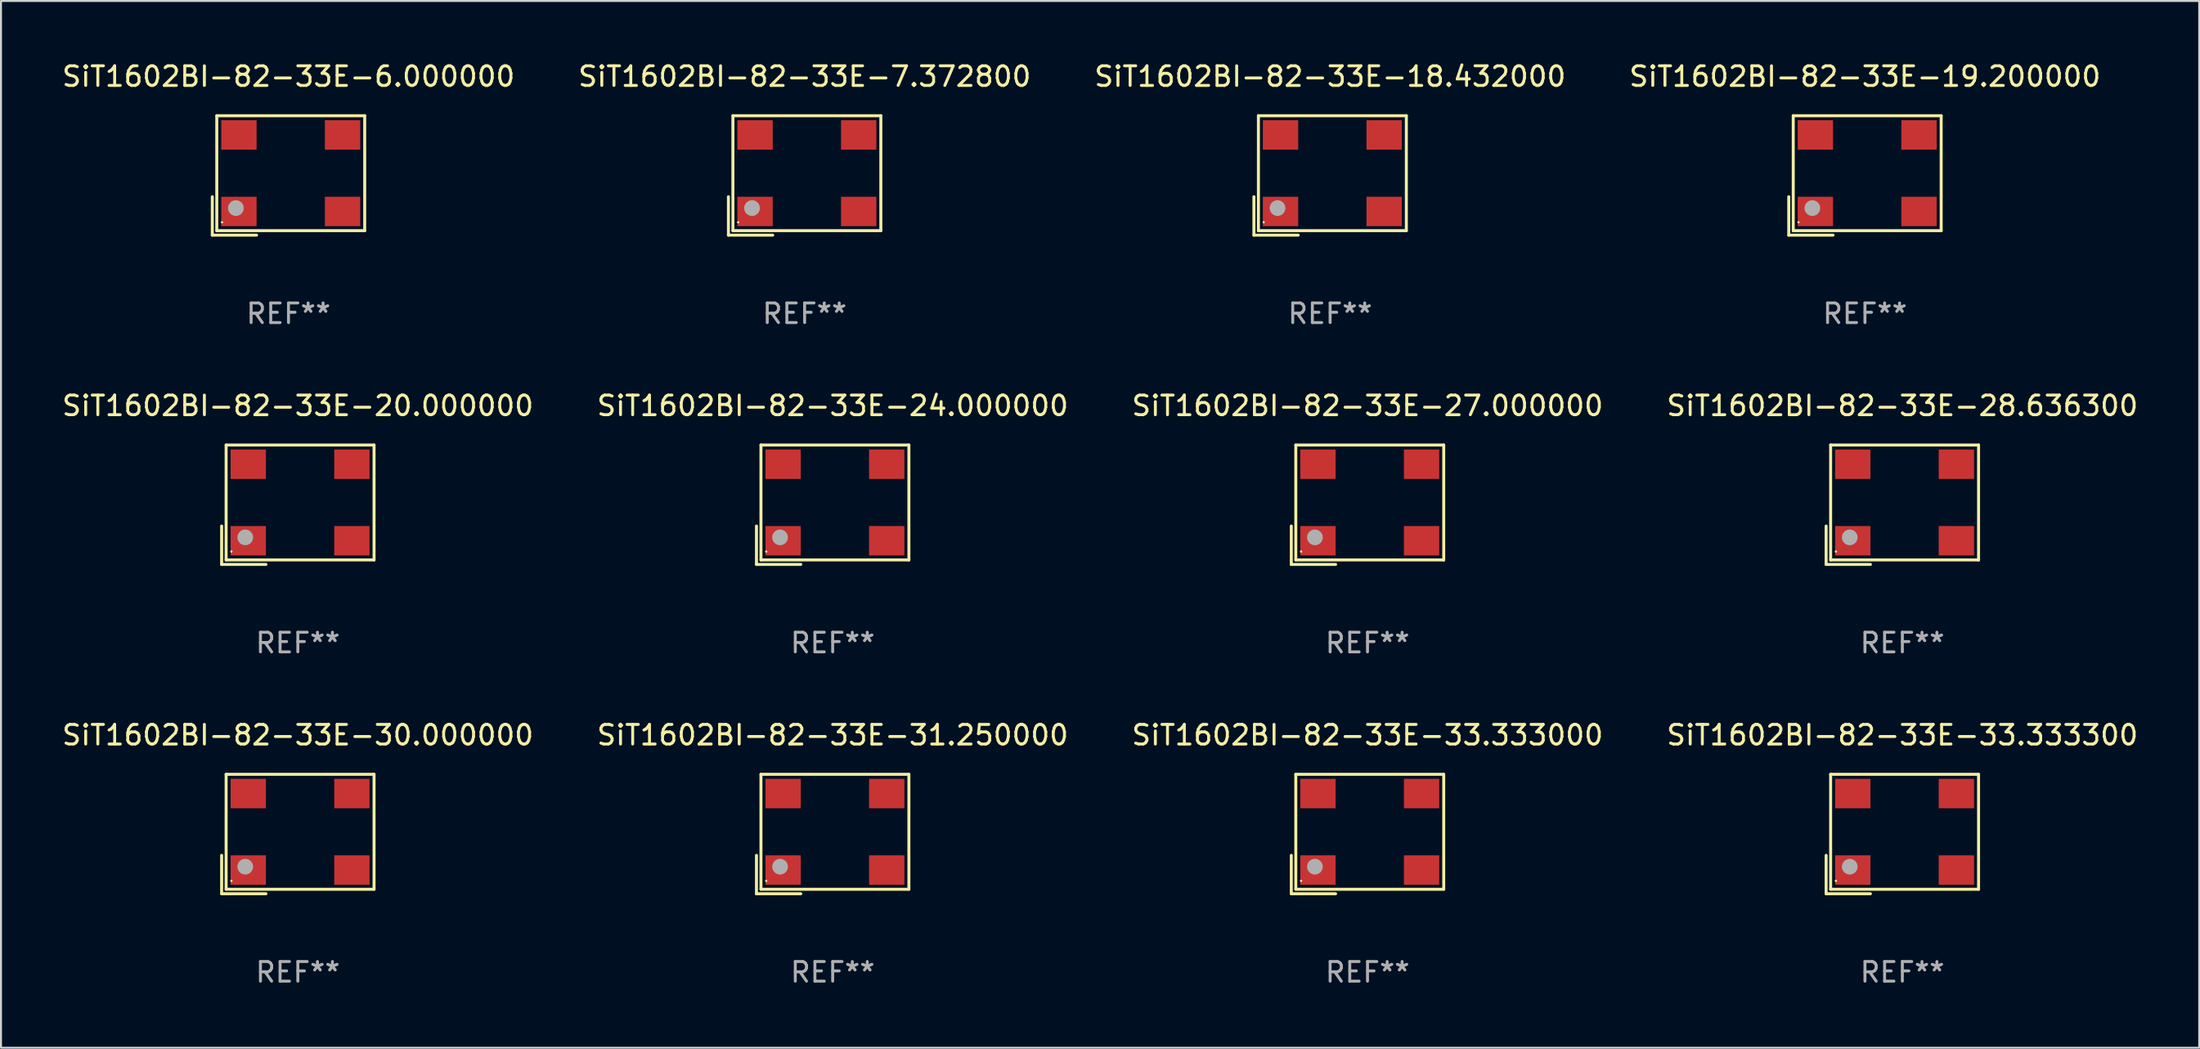
<source format=kicad_pcb>
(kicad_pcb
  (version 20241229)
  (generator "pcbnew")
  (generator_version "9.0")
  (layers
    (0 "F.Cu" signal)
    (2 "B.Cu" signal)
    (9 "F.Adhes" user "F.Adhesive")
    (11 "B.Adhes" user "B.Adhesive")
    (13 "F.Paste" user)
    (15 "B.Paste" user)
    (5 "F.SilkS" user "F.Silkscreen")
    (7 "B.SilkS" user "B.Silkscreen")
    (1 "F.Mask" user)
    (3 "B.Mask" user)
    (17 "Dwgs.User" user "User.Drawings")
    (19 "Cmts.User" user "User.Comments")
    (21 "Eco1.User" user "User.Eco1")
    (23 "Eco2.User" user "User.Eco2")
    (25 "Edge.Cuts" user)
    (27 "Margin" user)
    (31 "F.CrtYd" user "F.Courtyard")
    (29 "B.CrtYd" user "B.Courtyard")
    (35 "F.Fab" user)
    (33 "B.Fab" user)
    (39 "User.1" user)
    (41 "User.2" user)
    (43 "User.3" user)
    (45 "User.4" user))
  (footprint "SiT1602BI-82-33E-18.432000"
    (layer "F.Cu")
    (at 64.72 5.891)
    (property "Reference" "SiT1602BI-82-33E-18.432000" (at 0 -5.043 0) (layer "F.SilkS") (effects (font (size 1 1) (thickness 0.15))))
    (attr through_hole)
    (fp_line (start -3.883 1.086) (end -3.883 3.043) (stroke (width 0.152) (type solid)) (layer "F.SilkS"))
    (fp_line (start -3.883 3.043) (end -1.626 3.043) (stroke (width 0.152) (type solid)) (layer "F.SilkS"))
    (fp_line (start -3.654 -3.043) (end 3.883 -3.043) (stroke (width 0.152) (type solid)) (layer "F.SilkS"))
    (fp_line (start -3.654 2.814) (end -3.654 -3.043) (stroke (width 0.152) (type solid)) (layer "F.SilkS"))
    (fp_line (start 3.883 -3.043) (end 3.883 2.814) (stroke (width 0.152) (type solid)) (layer "F.SilkS"))
    (fp_line (start 3.883 2.814) (end -3.654 2.814) (stroke (width 0.152) (type solid)) (layer "F.SilkS"))
    (fp_circle (center -3.386 2.386) (end -3.356 2.386) (stroke (width 0.06) (type solid)) (fill no) (layer "F.SilkS"))
    (fp_circle (center -2.68 1.664) (end -2.48 1.664) (stroke (width 0.4) (type solid)) (fill no) (layer "F.Fab"))
    (fp_text user "REF**" (at 0 7.043 0) (layer "F.Fab") (effects (font (size 1 1) (thickness 0.15))))
    (pad "1" smd rect (at -2.526 1.836) (size 1.8 1.5) (layers "F.Cu" "F.Mask" "F.Paste"))
    (pad "2" smd rect (at 2.754 1.836) (size 1.8 1.5) (layers "F.Cu" "F.Mask" "F.Paste"))
    (pad "3" smd rect (at 2.754 -2.064) (size 1.8 1.5) (layers "F.Cu" "F.Mask" "F.Paste"))
    (pad "4" smd rect (at -2.526 -2.064) (size 1.8 1.5) (layers "F.Cu" "F.Mask" "F.Paste")))
  (footprint "SiT1602BI-82-33E-30.000000"
    (layer "F.Cu")
    (at 12.125 39.456)
    (property "Reference" "SiT1602BI-82-33E-30.000000" (at 0 -5.043 0) (layer "F.SilkS") (effects (font (size 1 1) (thickness 0.15))))
    (attr through_hole)
    (fp_line (start -3.883 1.086) (end -3.883 3.043) (stroke (width 0.152) (type solid)) (layer "F.SilkS"))
    (fp_line (start -3.883 3.043) (end -1.626 3.043) (stroke (width 0.152) (type solid)) (layer "F.SilkS"))
    (fp_line (start -3.654 -3.043) (end 3.883 -3.043) (stroke (width 0.152) (type solid)) (layer "F.SilkS"))
    (fp_line (start -3.654 2.814) (end -3.654 -3.043) (stroke (width 0.152) (type solid)) (layer "F.SilkS"))
    (fp_line (start 3.883 -3.043) (end 3.883 2.814) (stroke (width 0.152) (type solid)) (layer "F.SilkS"))
    (fp_line (start 3.883 2.814) (end -3.654 2.814) (stroke (width 0.152) (type solid)) (layer "F.SilkS"))
    (fp_circle (center -3.386 2.386) (end -3.356 2.386) (stroke (width 0.06) (type solid)) (fill no) (layer "F.SilkS"))
    (fp_circle (center -2.68 1.664) (end -2.48 1.664) (stroke (width 0.4) (type solid)) (fill no) (layer "F.Fab"))
    (fp_text user "REF**" (at 0 7.043 0) (layer "F.Fab") (effects (font (size 1 1) (thickness 0.15))))
    (pad "1" smd rect (at -2.526 1.836) (size 1.8 1.5) (layers "F.Cu" "F.Mask" "F.Paste"))
    (pad "2" smd rect (at 2.754 1.836) (size 1.8 1.5) (layers "F.Cu" "F.Mask" "F.Paste"))
    (pad "3" smd rect (at 2.754 -2.064) (size 1.8 1.5) (layers "F.Cu" "F.Mask" "F.Paste"))
    (pad "4" smd rect (at -2.526 -2.064) (size 1.8 1.5) (layers "F.Cu" "F.Mask" "F.Paste")))
  (footprint "SiT1602BI-82-33E-24.000000"
    (layer "F.Cu")
    (at 39.375 22.673)
    (property "Reference" "SiT1602BI-82-33E-24.000000" (at 0 -5.043 0) (layer "F.SilkS") (effects (font (size 1 1) (thickness 0.15))))
    (attr through_hole)
    (fp_line (start -3.883 1.086) (end -3.883 3.043) (stroke (width 0.152) (type solid)) (layer "F.SilkS"))
    (fp_line (start -3.883 3.043) (end -1.626 3.043) (stroke (width 0.152) (type solid)) (layer "F.SilkS"))
    (fp_line (start -3.654 -3.043) (end 3.883 -3.043) (stroke (width 0.152) (type solid)) (layer "F.SilkS"))
    (fp_line (start -3.654 2.814) (end -3.654 -3.043) (stroke (width 0.152) (type solid)) (layer "F.SilkS"))
    (fp_line (start 3.883 -3.043) (end 3.883 2.814) (stroke (width 0.152) (type solid)) (layer "F.SilkS"))
    (fp_line (start 3.883 2.814) (end -3.654 2.814) (stroke (width 0.152) (type solid)) (layer "F.SilkS"))
    (fp_circle (center -3.386 2.386) (end -3.356 2.386) (stroke (width 0.06) (type solid)) (fill no) (layer "F.SilkS"))
    (fp_circle (center -2.68 1.664) (end -2.48 1.664) (stroke (width 0.4) (type solid)) (fill no) (layer "F.Fab"))
    (fp_text user "REF**" (at 0 7.043 0) (layer "F.Fab") (effects (font (size 1 1) (thickness 0.15))))
    (pad "1" smd rect (at -2.526 1.836) (size 1.8 1.5) (layers "F.Cu" "F.Mask" "F.Paste"))
    (pad "2" smd rect (at 2.754 1.836) (size 1.8 1.5) (layers "F.Cu" "F.Mask" "F.Paste"))
    (pad "3" smd rect (at 2.754 -2.064) (size 1.8 1.5) (layers "F.Cu" "F.Mask" "F.Paste"))
    (pad "4" smd rect (at -2.526 -2.064) (size 1.8 1.5) (layers "F.Cu" "F.Mask" "F.Paste")))
  (footprint "SiT1602BI-82-33E-7.372800"
    (layer "F.Cu")
    (at 37.946 5.891)
    (property "Reference" "SiT1602BI-82-33E-7.372800" (at 0 -5.043 0) (layer "F.SilkS") (effects (font (size 1 1) (thickness 0.15))))
    (attr through_hole)
    (fp_line (start -3.883 1.086) (end -3.883 3.043) (stroke (width 0.152) (type solid)) (layer "F.SilkS"))
    (fp_line (start -3.883 3.043) (end -1.626 3.043) (stroke (width 0.152) (type solid)) (layer "F.SilkS"))
    (fp_line (start -3.654 -3.043) (end 3.883 -3.043) (stroke (width 0.152) (type solid)) (layer "F.SilkS"))
    (fp_line (start -3.654 2.814) (end -3.654 -3.043) (stroke (width 0.152) (type solid)) (layer "F.SilkS"))
    (fp_line (start 3.883 -3.043) (end 3.883 2.814) (stroke (width 0.152) (type solid)) (layer "F.SilkS"))
    (fp_line (start 3.883 2.814) (end -3.654 2.814) (stroke (width 0.152) (type solid)) (layer "F.SilkS"))
    (fp_circle (center -3.386 2.386) (end -3.356 2.386) (stroke (width 0.06) (type solid)) (fill no) (layer "F.SilkS"))
    (fp_circle (center -2.68 1.664) (end -2.48 1.664) (stroke (width 0.4) (type solid)) (fill no) (layer "F.Fab"))
    (fp_text user "REF**" (at 0 7.043 0) (layer "F.Fab") (effects (font (size 1 1) (thickness 0.15))))
    (pad "1" smd rect (at -2.526 1.836) (size 1.8 1.5) (layers "F.Cu" "F.Mask" "F.Paste"))
    (pad "2" smd rect (at 2.754 1.836) (size 1.8 1.5) (layers "F.Cu" "F.Mask" "F.Paste"))
    (pad "3" smd rect (at 2.754 -2.064) (size 1.8 1.5) (layers "F.Cu" "F.Mask" "F.Paste"))
    (pad "4" smd rect (at -2.526 -2.064) (size 1.8 1.5) (layers "F.Cu" "F.Mask" "F.Paste")))
  (footprint "SiT1602BI-82-33E-28.636300"
    (layer "F.Cu")
    (at 93.875 22.673)
    (property "Reference" "SiT1602BI-82-33E-28.636300" (at 0 -5.043 0) (layer "F.SilkS") (effects (font (size 1 1) (thickness 0.15))))
    (attr through_hole)
    (fp_line (start -3.883 1.086) (end -3.883 3.043) (stroke (width 0.152) (type solid)) (layer "F.SilkS"))
    (fp_line (start -3.883 3.043) (end -1.626 3.043) (stroke (width 0.152) (type solid)) (layer "F.SilkS"))
    (fp_line (start -3.654 -3.043) (end 3.883 -3.043) (stroke (width 0.152) (type solid)) (layer "F.SilkS"))
    (fp_line (start -3.654 2.814) (end -3.654 -3.043) (stroke (width 0.152) (type solid)) (layer "F.SilkS"))
    (fp_line (start 3.883 -3.043) (end 3.883 2.814) (stroke (width 0.152) (type solid)) (layer "F.SilkS"))
    (fp_line (start 3.883 2.814) (end -3.654 2.814) (stroke (width 0.152) (type solid)) (layer "F.SilkS"))
    (fp_circle (center -3.386 2.386) (end -3.356 2.386) (stroke (width 0.06) (type solid)) (fill no) (layer "F.SilkS"))
    (fp_circle (center -2.68 1.664) (end -2.48 1.664) (stroke (width 0.4) (type solid)) (fill no) (layer "F.Fab"))
    (fp_text user "REF**" (at 0 7.043 0) (layer "F.Fab") (effects (font (size 1 1) (thickness 0.15))))
    (pad "1" smd rect (at -2.526 1.836) (size 1.8 1.5) (layers "F.Cu" "F.Mask" "F.Paste"))
    (pad "2" smd rect (at 2.754 1.836) (size 1.8 1.5) (layers "F.Cu" "F.Mask" "F.Paste"))
    (pad "3" smd rect (at 2.754 -2.064) (size 1.8 1.5) (layers "F.Cu" "F.Mask" "F.Paste"))
    (pad "4" smd rect (at -2.526 -2.064) (size 1.8 1.5) (layers "F.Cu" "F.Mask" "F.Paste")))
  (footprint "SiT1602BI-82-33E-33.333000"
    (layer "F.Cu")
    (at 66.625 39.456)
    (property "Reference" "SiT1602BI-82-33E-33.333000" (at 0 -5.043 0) (layer "F.SilkS") (effects (font (size 1 1) (thickness 0.15))))
    (attr through_hole)
    (fp_line (start -3.883 1.086) (end -3.883 3.043) (stroke (width 0.152) (type solid)) (layer "F.SilkS"))
    (fp_line (start -3.883 3.043) (end -1.626 3.043) (stroke (width 0.152) (type solid)) (layer "F.SilkS"))
    (fp_line (start -3.654 -3.043) (end 3.883 -3.043) (stroke (width 0.152) (type solid)) (layer "F.SilkS"))
    (fp_line (start -3.654 2.814) (end -3.654 -3.043) (stroke (width 0.152) (type solid)) (layer "F.SilkS"))
    (fp_line (start 3.883 -3.043) (end 3.883 2.814) (stroke (width 0.152) (type solid)) (layer "F.SilkS"))
    (fp_line (start 3.883 2.814) (end -3.654 2.814) (stroke (width 0.152) (type solid)) (layer "F.SilkS"))
    (fp_circle (center -3.386 2.386) (end -3.356 2.386) (stroke (width 0.06) (type solid)) (fill no) (layer "F.SilkS"))
    (fp_circle (center -2.68 1.664) (end -2.48 1.664) (stroke (width 0.4) (type solid)) (fill no) (layer "F.Fab"))
    (fp_text user "REF**" (at 0 7.043 0) (layer "F.Fab") (effects (font (size 1 1) (thickness 0.15))))
    (pad "1" smd rect (at -2.526 1.836) (size 1.8 1.5) (layers "F.Cu" "F.Mask" "F.Paste"))
    (pad "2" smd rect (at 2.754 1.836) (size 1.8 1.5) (layers "F.Cu" "F.Mask" "F.Paste"))
    (pad "3" smd rect (at 2.754 -2.064) (size 1.8 1.5) (layers "F.Cu" "F.Mask" "F.Paste"))
    (pad "4" smd rect (at -2.526 -2.064) (size 1.8 1.5) (layers "F.Cu" "F.Mask" "F.Paste")))
  (footprint "SiT1602BI-82-33E-27.000000"
    (layer "F.Cu")
    (at 66.625 22.673)
    (property "Reference" "SiT1602BI-82-33E-27.000000" (at 0 -5.043 0) (layer "F.SilkS") (effects (font (size 1 1) (thickness 0.15))))
    (attr through_hole)
    (fp_line (start -3.883 1.086) (end -3.883 3.043) (stroke (width 0.152) (type solid)) (layer "F.SilkS"))
    (fp_line (start -3.883 3.043) (end -1.626 3.043) (stroke (width 0.152) (type solid)) (layer "F.SilkS"))
    (fp_line (start -3.654 -3.043) (end 3.883 -3.043) (stroke (width 0.152) (type solid)) (layer "F.SilkS"))
    (fp_line (start -3.654 2.814) (end -3.654 -3.043) (stroke (width 0.152) (type solid)) (layer "F.SilkS"))
    (fp_line (start 3.883 -3.043) (end 3.883 2.814) (stroke (width 0.152) (type solid)) (layer "F.SilkS"))
    (fp_line (start 3.883 2.814) (end -3.654 2.814) (stroke (width 0.152) (type solid)) (layer "F.SilkS"))
    (fp_circle (center -3.386 2.386) (end -3.356 2.386) (stroke (width 0.06) (type solid)) (fill no) (layer "F.SilkS"))
    (fp_circle (center -2.68 1.664) (end -2.48 1.664) (stroke (width 0.4) (type solid)) (fill no) (layer "F.Fab"))
    (fp_text user "REF**" (at 0 7.043 0) (layer "F.Fab") (effects (font (size 1 1) (thickness 0.15))))
    (pad "1" smd rect (at -2.526 1.836) (size 1.8 1.5) (layers "F.Cu" "F.Mask" "F.Paste"))
    (pad "2" smd rect (at 2.754 1.836) (size 1.8 1.5) (layers "F.Cu" "F.Mask" "F.Paste"))
    (pad "3" smd rect (at 2.754 -2.064) (size 1.8 1.5) (layers "F.Cu" "F.Mask" "F.Paste"))
    (pad "4" smd rect (at -2.526 -2.064) (size 1.8 1.5) (layers "F.Cu" "F.Mask" "F.Paste")))
  (footprint "SiT1602BI-82-33E-20.000000"
    (layer "F.Cu")
    (at 12.125 22.673)
    (property "Reference" "SiT1602BI-82-33E-20.000000" (at 0 -5.043 0) (layer "F.SilkS") (effects (font (size 1 1) (thickness 0.15))))
    (attr through_hole)
    (fp_line (start -3.883 1.086) (end -3.883 3.043) (stroke (width 0.152) (type solid)) (layer "F.SilkS"))
    (fp_line (start -3.883 3.043) (end -1.626 3.043) (stroke (width 0.152) (type solid)) (layer "F.SilkS"))
    (fp_line (start -3.654 -3.043) (end 3.883 -3.043) (stroke (width 0.152) (type solid)) (layer "F.SilkS"))
    (fp_line (start -3.654 2.814) (end -3.654 -3.043) (stroke (width 0.152) (type solid)) (layer "F.SilkS"))
    (fp_line (start 3.883 -3.043) (end 3.883 2.814) (stroke (width 0.152) (type solid)) (layer "F.SilkS"))
    (fp_line (start 3.883 2.814) (end -3.654 2.814) (stroke (width 0.152) (type solid)) (layer "F.SilkS"))
    (fp_circle (center -3.386 2.386) (end -3.356 2.386) (stroke (width 0.06) (type solid)) (fill no) (layer "F.SilkS"))
    (fp_circle (center -2.68 1.664) (end -2.48 1.664) (stroke (width 0.4) (type solid)) (fill no) (layer "F.Fab"))
    (fp_text user "REF**" (at 0 7.043 0) (layer "F.Fab") (effects (font (size 1 1) (thickness 0.15))))
    (pad "1" smd rect (at -2.526 1.836) (size 1.8 1.5) (layers "F.Cu" "F.Mask" "F.Paste"))
    (pad "2" smd rect (at 2.754 1.836) (size 1.8 1.5) (layers "F.Cu" "F.Mask" "F.Paste"))
    (pad "3" smd rect (at 2.754 -2.064) (size 1.8 1.5) (layers "F.Cu" "F.Mask" "F.Paste"))
    (pad "4" smd rect (at -2.526 -2.064) (size 1.8 1.5) (layers "F.Cu" "F.Mask" "F.Paste")))
  (footprint "SiT1602BI-82-33E-33.333300"
    (layer "F.Cu")
    (at 93.875 39.456)
    (property "Reference" "SiT1602BI-82-33E-33.333300" (at 0 -5.043 0) (layer "F.SilkS") (effects (font (size 1 1) (thickness 0.15))))
    (attr through_hole)
    (fp_line (start -3.883 1.086) (end -3.883 3.043) (stroke (width 0.152) (type solid)) (layer "F.SilkS"))
    (fp_line (start -3.883 3.043) (end -1.626 3.043) (stroke (width 0.152) (type solid)) (layer "F.SilkS"))
    (fp_line (start -3.654 -3.043) (end 3.883 -3.043) (stroke (width 0.152) (type solid)) (layer "F.SilkS"))
    (fp_line (start -3.654 2.814) (end -3.654 -3.043) (stroke (width 0.152) (type solid)) (layer "F.SilkS"))
    (fp_line (start 3.883 -3.043) (end 3.883 2.814) (stroke (width 0.152) (type solid)) (layer "F.SilkS"))
    (fp_line (start 3.883 2.814) (end -3.654 2.814) (stroke (width 0.152) (type solid)) (layer "F.SilkS"))
    (fp_circle (center -3.386 2.386) (end -3.356 2.386) (stroke (width 0.06) (type solid)) (fill no) (layer "F.SilkS"))
    (fp_circle (center -2.68 1.664) (end -2.48 1.664) (stroke (width 0.4) (type solid)) (fill no) (layer "F.Fab"))
    (fp_text user "REF**" (at 0 7.043 0) (layer "F.Fab") (effects (font (size 1 1) (thickness 0.15))))
    (pad "1" smd rect (at -2.526 1.836) (size 1.8 1.5) (layers "F.Cu" "F.Mask" "F.Paste"))
    (pad "2" smd rect (at 2.754 1.836) (size 1.8 1.5) (layers "F.Cu" "F.Mask" "F.Paste"))
    (pad "3" smd rect (at 2.754 -2.064) (size 1.8 1.5) (layers "F.Cu" "F.Mask" "F.Paste"))
    (pad "4" smd rect (at -2.526 -2.064) (size 1.8 1.5) (layers "F.Cu" "F.Mask" "F.Paste")))
  (footprint "SiT1602BI-82-33E-31.250000"
    (layer "F.Cu")
    (at 39.375 39.456)
    (property "Reference" "SiT1602BI-82-33E-31.250000" (at 0 -5.043 0) (layer "F.SilkS") (effects (font (size 1 1) (thickness 0.15))))
    (attr through_hole)
    (fp_line (start -3.883 1.086) (end -3.883 3.043) (stroke (width 0.152) (type solid)) (layer "F.SilkS"))
    (fp_line (start -3.883 3.043) (end -1.626 3.043) (stroke (width 0.152) (type solid)) (layer "F.SilkS"))
    (fp_line (start -3.654 -3.043) (end 3.883 -3.043) (stroke (width 0.152) (type solid)) (layer "F.SilkS"))
    (fp_line (start -3.654 2.814) (end -3.654 -3.043) (stroke (width 0.152) (type solid)) (layer "F.SilkS"))
    (fp_line (start 3.883 -3.043) (end 3.883 2.814) (stroke (width 0.152) (type solid)) (layer "F.SilkS"))
    (fp_line (start 3.883 2.814) (end -3.654 2.814) (stroke (width 0.152) (type solid)) (layer "F.SilkS"))
    (fp_circle (center -3.386 2.386) (end -3.356 2.386) (stroke (width 0.06) (type solid)) (fill no) (layer "F.SilkS"))
    (fp_circle (center -2.68 1.664) (end -2.48 1.664) (stroke (width 0.4) (type solid)) (fill no) (layer "F.Fab"))
    (fp_text user "REF**" (at 0 7.043 0) (layer "F.Fab") (effects (font (size 1 1) (thickness 0.15))))
    (pad "1" smd rect (at -2.526 1.836) (size 1.8 1.5) (layers "F.Cu" "F.Mask" "F.Paste"))
    (pad "2" smd rect (at 2.754 1.836) (size 1.8 1.5) (layers "F.Cu" "F.Mask" "F.Paste"))
    (pad "3" smd rect (at 2.754 -2.064) (size 1.8 1.5) (layers "F.Cu" "F.Mask" "F.Paste"))
    (pad "4" smd rect (at -2.526 -2.064) (size 1.8 1.5) (layers "F.Cu" "F.Mask" "F.Paste")))
  (footprint "SiT1602BI-82-33E-19.200000"
    (layer "F.Cu")
    (at 91.97 5.891)
    (property "Reference" "SiT1602BI-82-33E-19.200000" (at 0 -5.043 0) (layer "F.SilkS") (effects (font (size 1 1) (thickness 0.15))))
    (attr through_hole)
    (fp_line (start -3.883 1.086) (end -3.883 3.043) (stroke (width 0.152) (type solid)) (layer "F.SilkS"))
    (fp_line (start -3.883 3.043) (end -1.626 3.043) (stroke (width 0.152) (type solid)) (layer "F.SilkS"))
    (fp_line (start -3.654 -3.043) (end 3.883 -3.043) (stroke (width 0.152) (type solid)) (layer "F.SilkS"))
    (fp_line (start -3.654 2.814) (end -3.654 -3.043) (stroke (width 0.152) (type solid)) (layer "F.SilkS"))
    (fp_line (start 3.883 -3.043) (end 3.883 2.814) (stroke (width 0.152) (type solid)) (layer "F.SilkS"))
    (fp_line (start 3.883 2.814) (end -3.654 2.814) (stroke (width 0.152) (type solid)) (layer "F.SilkS"))
    (fp_circle (center -3.386 2.386) (end -3.356 2.386) (stroke (width 0.06) (type solid)) (fill no) (layer "F.SilkS"))
    (fp_circle (center -2.68 1.664) (end -2.48 1.664) (stroke (width 0.4) (type solid)) (fill no) (layer "F.Fab"))
    (fp_text user "REF**" (at 0 7.043 0) (layer "F.Fab") (effects (font (size 1 1) (thickness 0.15))))
    (pad "1" smd rect (at -2.526 1.836) (size 1.8 1.5) (layers "F.Cu" "F.Mask" "F.Paste"))
    (pad "2" smd rect (at 2.754 1.836) (size 1.8 1.5) (layers "F.Cu" "F.Mask" "F.Paste"))
    (pad "3" smd rect (at 2.754 -2.064) (size 1.8 1.5) (layers "F.Cu" "F.Mask" "F.Paste"))
    (pad "4" smd rect (at -2.526 -2.064) (size 1.8 1.5) (layers "F.Cu" "F.Mask" "F.Paste")))
  (footprint "SiT1602BI-82-33E-6.000000"
    (layer "F.Cu")
    (at 11.649 5.891)
    (property "Reference" "SiT1602BI-82-33E-6.000000" (at 0 -5.043 0) (layer "F.SilkS") (effects (font (size 1 1) (thickness 0.15))))
    (attr through_hole)
    (fp_line (start -3.883 1.086) (end -3.883 3.043) (stroke (width 0.152) (type solid)) (layer "F.SilkS"))
    (fp_line (start -3.883 3.043) (end -1.626 3.043) (stroke (width 0.152) (type solid)) (layer "F.SilkS"))
    (fp_line (start -3.654 -3.043) (end 3.883 -3.043) (stroke (width 0.152) (type solid)) (layer "F.SilkS"))
    (fp_line (start -3.654 2.814) (end -3.654 -3.043) (stroke (width 0.152) (type solid)) (layer "F.SilkS"))
    (fp_line (start 3.883 -3.043) (end 3.883 2.814) (stroke (width 0.152) (type solid)) (layer "F.SilkS"))
    (fp_line (start 3.883 2.814) (end -3.654 2.814) (stroke (width 0.152) (type solid)) (layer "F.SilkS"))
    (fp_circle (center -3.386 2.386) (end -3.356 2.386) (stroke (width 0.06) (type solid)) (fill no) (layer "F.SilkS"))
    (fp_circle (center -2.68 1.664) (end -2.48 1.664) (stroke (width 0.4) (type solid)) (fill no) (layer "F.Fab"))
    (fp_text user "REF**" (at 0 7.043 0) (layer "F.Fab") (effects (font (size 1 1) (thickness 0.15))))
    (pad "1" smd rect (at -2.526 1.836) (size 1.8 1.5) (layers "F.Cu" "F.Mask" "F.Paste"))
    (pad "2" smd rect (at 2.754 1.836) (size 1.8 1.5) (layers "F.Cu" "F.Mask" "F.Paste"))
    (pad "3" smd rect (at 2.754 -2.064) (size 1.8 1.5) (layers "F.Cu" "F.Mask" "F.Paste"))
    (pad "4" smd rect (at -2.526 -2.064) (size 1.8 1.5) (layers "F.Cu" "F.Mask" "F.Paste")))
  (gr_rect
    (start -3 -3)
    (end 109 50.347)
    (stroke (width 0.1) (type default))
    (fill no)
    (layer "Edge.Cuts")))
</source>
